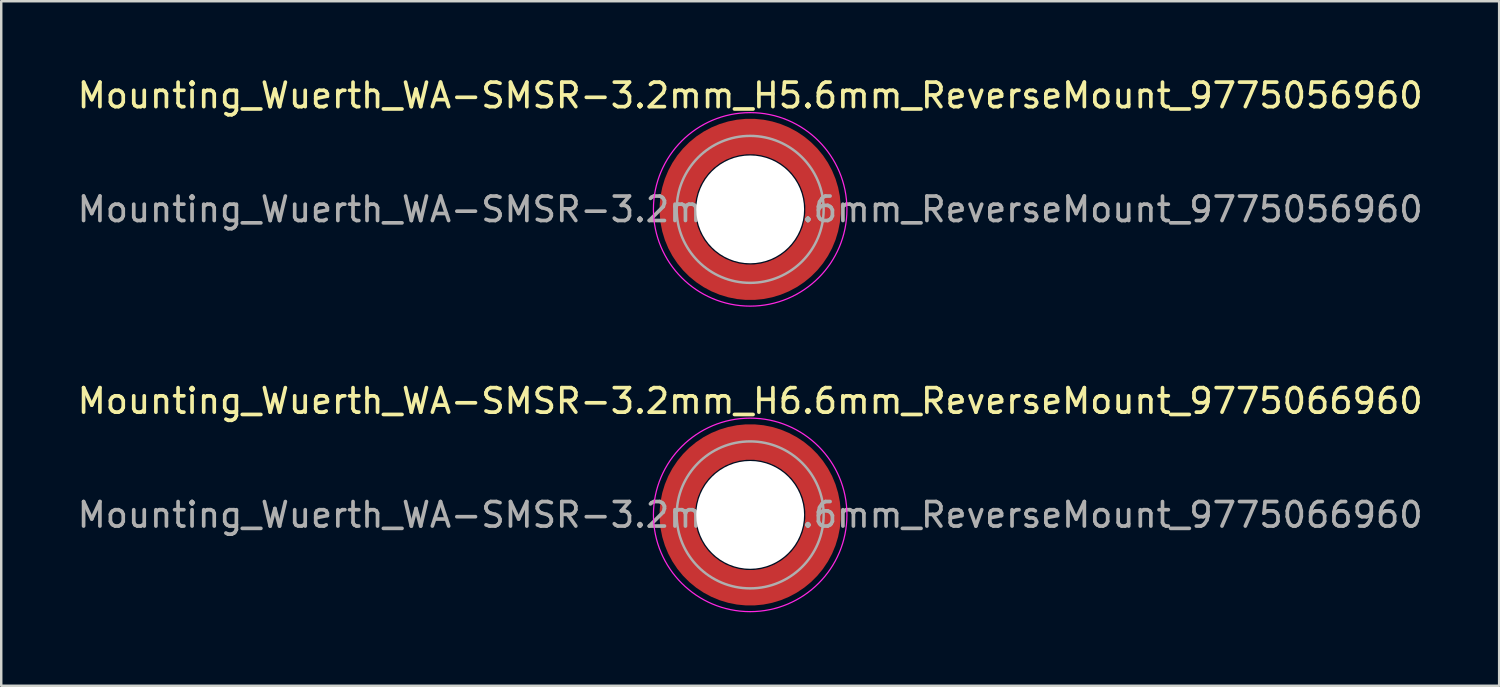
<source format=kicad_pcb>
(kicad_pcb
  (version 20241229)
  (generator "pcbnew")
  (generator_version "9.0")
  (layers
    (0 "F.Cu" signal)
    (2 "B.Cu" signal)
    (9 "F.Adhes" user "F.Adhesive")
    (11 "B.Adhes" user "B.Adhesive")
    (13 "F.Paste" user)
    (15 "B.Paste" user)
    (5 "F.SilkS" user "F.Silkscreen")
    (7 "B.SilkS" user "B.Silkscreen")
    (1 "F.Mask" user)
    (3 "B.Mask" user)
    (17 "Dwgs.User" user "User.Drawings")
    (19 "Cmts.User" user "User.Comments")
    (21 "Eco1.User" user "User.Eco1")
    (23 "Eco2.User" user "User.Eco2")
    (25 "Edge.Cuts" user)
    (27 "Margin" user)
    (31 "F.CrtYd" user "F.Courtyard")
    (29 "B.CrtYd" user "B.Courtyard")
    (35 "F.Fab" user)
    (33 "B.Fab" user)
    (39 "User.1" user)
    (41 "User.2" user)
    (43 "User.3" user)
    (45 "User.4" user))
  (footprint "Mounting_Wuerth_WA-SMSR-3.2mm_H6.6mm_ReverseMount_9775066960"
    (layer "F.Cu")
    (at 27.577 17.971)
    (property "Reference" "Mounting_Wuerth_WA-SMSR-3.2mm_H6.6mm_ReverseMount_9775066960" (at 0 -4.65 0) (layer "F.SilkS") (effects (font (size 1 1) (thickness 0.15))))
    (attr smd)
    (fp_circle (center 0 0) (end 3.95 0) (stroke (width 0.05) (type solid)) (fill no) (layer "F.CrtYd"))
    (fp_circle (center 0 0) (end 3 0) (stroke (width 0.1) (type solid)) (fill no) (layer "F.Fab"))
    (fp_text user "${REFERENCE}" (at 0 0 0) (layer "F.Fab") (effects (font (size 1 1) (thickness 0.15))))
    (pad "" smd custom (at -2.095 -2.095) (size 0.945 0.945) (layers "F.Paste") (options (anchor circle)) (primitives (gr_arc (start -0.24231 1.594804) (mid 0.404819 0.404819) (end 1.594804 -0.24231) (width 0.2)) (gr_arc (start -0.3398 1.594804) (mid 0.337349 0.337349) (end 1.594804 -0.3398) (width 0.2)) (gr_arc (start -0.437132 1.594804) (mid 0.269879 0.269879) (end 1.594804 -0.437132) (width 0.2)) (gr_arc (start -0.534324 1.594804) (mid 0.202409 0.202409) (end 1.594804 -0.534324) (width 0.2)) (gr_arc (start -0.631391 1.594804) (mid 0.134939 0.134939) (end 1.594804 -0.631391) (width 0.2)) (gr_arc (start -0.728345 1.594804) (mid 0.06747 0.06747) (end 1.594804 -0.728345) (width 0.2)) (gr_arc (start -0.825197 1.594804) (mid 0 0) (end 1.594804 -0.825197) (width 0.2)) (gr_arc (start -0.921958 1.594804) (mid -0.067469 -0.067469) (end 1.594804 -0.921958) (width 0.2)) (gr_arc (start -1.018637 1.594804) (mid -0.13494 -0.13494) (end 1.594804 -1.018637) (width 0.2)) (gr_arc (start -1.115239 1.594804) (mid -0.202409 -0.202409) (end 1.594804 -1.115239) (width 0.2)) (gr_arc (start -1.211773 1.594804) (mid -0.269879 -0.269879) (end 1.594804 -1.211773) (width 0.2)) (gr_arc (start -1.308244 1.594804) (mid -0.337349 -0.337349) (end 1.594804 -1.308244) (width 0.2)) (gr_arc (start -1.404657 1.594804) (mid -0.404819 -0.404819) (end 1.594804 -1.404657) (width 0.2)) (gr_arc (start -1.404657 1.594804) (mid -0.404819 -0.404819) (end 1.594804 -1.404657) (width 0.2)) (gr_line (start 1.595 -0.242) (end 1.595 -1.405) (width 0.2)) (gr_line (start -0.242 1.595) (end -1.405 1.595) (width 0.2))))
    (pad "" smd custom (at -2.095 2.095) (size 0.945 0.945) (layers "F.Paste") (options (anchor circle)) (primitives (gr_arc (start 1.594804 0.24231) (mid 0.404819 -0.404819) (end -0.24231 -1.594804) (width 0.2)) (gr_arc (start 1.594804 0.3398) (mid 0.337349 -0.337349) (end -0.3398 -1.594804) (width 0.2)) (gr_arc (start 1.594804 0.437132) (mid 0.269879 -0.269879) (end -0.437132 -1.594804) (width 0.2)) (gr_arc (start 1.594804 0.534324) (mid 0.202409 -0.202409) (end -0.534324 -1.594804) (width 0.2)) (gr_arc (start 1.594804 0.631391) (mid 0.134939 -0.134939) (end -0.631391 -1.594804) (width 0.2)) (gr_arc (start 1.594804 0.728345) (mid 0.06747 -0.06747) (end -0.728345 -1.594804) (width 0.2)) (gr_arc (start 1.594804 0.825197) (mid 0 0) (end -0.825197 -1.594804) (width 0.2)) (gr_arc (start 1.594804 0.921958) (mid -0.067469 0.067469) (end -0.921958 -1.594804) (width 0.2)) (gr_arc (start 1.594804 1.018637) (mid -0.13494 0.13494) (end -1.018637 -1.594804) (width 0.2)) (gr_arc (start 1.594804 1.115239) (mid -0.202409 0.202409) (end -1.115239 -1.594804) (width 0.2)) (gr_arc (start 1.594804 1.211773) (mid -0.269879 0.269879) (end -1.211773 -1.594804) (width 0.2)) (gr_arc (start 1.594804 1.308244) (mid -0.337349 0.337349) (end -1.308244 -1.594804) (width 0.2)) (gr_arc (start 1.594804 1.404657) (mid -0.404819 0.404819) (end -1.404657 -1.594804) (width 0.2)) (gr_arc (start 1.594804 1.404657) (mid -0.404819 0.404819) (end -1.404657 -1.594804) (width 0.2)) (gr_line (start -0.242 -1.595) (end -1.405 -1.595) (width 0.2)) (gr_line (start 1.595 0.242) (end 1.595 1.405) (width 0.2))))
    (pad "" np_thru_hole circle (at 0 0) (size 4.4 4.4) (drill 4.4) (layers "*.Cu" "*.Mask"))
    (pad "" smd custom (at 2.095 -2.095) (size 0.945 0.945) (layers "F.Paste") (options (anchor circle)) (primitives (gr_arc (start -1.594804 -0.24231) (mid -0.404819 0.404819) (end 0.24231 1.594804) (width 0.2)) (gr_arc (start -1.594804 -0.3398) (mid -0.337349 0.337349) (end 0.3398 1.594804) (width 0.2)) (gr_arc (start -1.594804 -0.437132) (mid -0.269879 0.269879) (end 0.437132 1.594804) (width 0.2)) (gr_arc (start -1.594804 -0.534324) (mid -0.202409 0.202409) (end 0.534324 1.594804) (width 0.2)) (gr_arc (start -1.594804 -0.631391) (mid -0.134939 0.134939) (end 0.631391 1.594804) (width 0.2)) (gr_arc (start -1.594804 -0.728345) (mid -0.06747 0.06747) (end 0.728345 1.594804) (width 0.2)) (gr_arc (start -1.594804 -0.825197) (mid 0 0) (end 0.825197 1.594804) (width 0.2)) (gr_arc (start -1.594804 -0.921958) (mid 0.067469 -0.067469) (end 0.921958 1.594804) (width 0.2)) (gr_arc (start -1.594804 -1.018637) (mid 0.13494 -0.13494) (end 1.018637 1.594804) (width 0.2)) (gr_arc (start -1.594804 -1.115239) (mid 0.202409 -0.202409) (end 1.115239 1.594804) (width 0.2)) (gr_arc (start -1.594804 -1.211773) (mid 0.269879 -0.269879) (end 1.211773 1.594804) (width 0.2)) (gr_arc (start -1.594804 -1.308244) (mid 0.337349 -0.337349) (end 1.308244 1.594804) (width 0.2)) (gr_arc (start -1.594804 -1.404657) (mid 0.404819 -0.404819) (end 1.404657 1.594804) (width 0.2)) (gr_arc (start -1.594804 -1.404657) (mid 0.404819 -0.404819) (end 1.404657 1.594804) (width 0.2)) (gr_line (start 0.242 1.595) (end 1.405 1.595) (width 0.2)) (gr_line (start -1.595 -0.242) (end -1.595 -1.405) (width 0.2))))
    (pad "" smd custom (at 2.095 2.095) (size 0.945 0.945) (layers "F.Paste") (options (anchor circle)) (primitives (gr_arc (start 0.24231 -1.594804) (mid -0.404819 -0.404819) (end -1.594804 0.24231) (width 0.2)) (gr_arc (start 0.3398 -1.594804) (mid -0.337349 -0.337349) (end -1.594804 0.3398) (width 0.2)) (gr_arc (start 0.437132 -1.594804) (mid -0.269879 -0.269879) (end -1.594804 0.437132) (width 0.2)) (gr_arc (start 0.534324 -1.594804) (mid -0.202409 -0.202409) (end -1.594804 0.534324) (width 0.2)) (gr_arc (start 0.631391 -1.594804) (mid -0.134939 -0.134939) (end -1.594804 0.631391) (width 0.2)) (gr_arc (start 0.728345 -1.594804) (mid -0.06747 -0.06747) (end -1.594804 0.728345) (width 0.2)) (gr_arc (start 0.825197 -1.594804) (mid 0 0) (end -1.594804 0.825197) (width 0.2)) (gr_arc (start 0.921958 -1.594804) (mid 0.067469 0.067469) (end -1.594804 0.921958) (width 0.2)) (gr_arc (start 1.018637 -1.594804) (mid 0.13494 0.13494) (end -1.594804 1.018637) (width 0.2)) (gr_arc (start 1.115239 -1.594804) (mid 0.202409 0.202409) (end -1.594804 1.115239) (width 0.2)) (gr_arc (start 1.211773 -1.594804) (mid 0.269879 0.269879) (end -1.594804 1.211773) (width 0.2)) (gr_arc (start 1.308244 -1.594804) (mid 0.337349 0.337349) (end -1.594804 1.308244) (width 0.2)) (gr_arc (start 1.404657 -1.594804) (mid 0.404819 0.404819) (end -1.594804 1.404657) (width 0.2)) (gr_arc (start 1.404657 -1.594804) (mid 0.404819 0.404819) (end -1.594804 1.404657) (width 0.2)) (gr_line (start -1.595 0.242) (end -1.595 1.405) (width 0.2)) (gr_line (start 0.242 -1.595) (end 1.405 -1.595) (width 0.2))))
    (pad "1" smd circle (at -2.975 0) (size 1.05 1.05) (layers "F.Cu"))
    (pad "1" smd circle (at 0 -2.975) (size 1.05 1.05) (layers "F.Cu"))
    (pad "1" smd circle (at 0 2.975) (size 1.05 1.05) (layers "F.Cu"))
    (pad "1" smd custom (at 2.975 0) (size 1.05 1.05) (layers "F.Cu" "F.Mask") (options (anchor circle)) (primitives (gr_circle (center -2.975 0) (end 0 0) (width 1.45) (fill no)))))
  (footprint "Mounting_Wuerth_WA-SMSR-3.2mm_H5.6mm_ReverseMount_9775056960"
    (layer "F.Cu")
    (at 27.577 5.498)
    (property "Reference" "Mounting_Wuerth_WA-SMSR-3.2mm_H5.6mm_ReverseMount_9775056960" (at 0 -4.65 0) (layer "F.SilkS") (effects (font (size 1 1) (thickness 0.15))))
    (attr smd)
    (fp_circle (center 0 0) (end 3.95 0) (stroke (width 0.05) (type solid)) (fill no) (layer "F.CrtYd"))
    (fp_circle (center 0 0) (end 3 0) (stroke (width 0.1) (type solid)) (fill no) (layer "F.Fab"))
    (fp_text user "${REFERENCE}" (at 0 0 0) (layer "F.Fab") (effects (font (size 1 1) (thickness 0.15))))
    (pad "" smd custom (at -2.095 -2.095) (size 0.945 0.945) (layers "F.Paste") (options (anchor circle)) (primitives (gr_arc (start -0.24231 1.594804) (mid 0.404819 0.404819) (end 1.594804 -0.24231) (width 0.2)) (gr_arc (start -0.3398 1.594804) (mid 0.337349 0.337349) (end 1.594804 -0.3398) (width 0.2)) (gr_arc (start -0.437132 1.594804) (mid 0.269879 0.269879) (end 1.594804 -0.437132) (width 0.2)) (gr_arc (start -0.534324 1.594804) (mid 0.202409 0.202409) (end 1.594804 -0.534324) (width 0.2)) (gr_arc (start -0.631391 1.594804) (mid 0.134939 0.134939) (end 1.594804 -0.631391) (width 0.2)) (gr_arc (start -0.728345 1.594804) (mid 0.06747 0.06747) (end 1.594804 -0.728345) (width 0.2)) (gr_arc (start -0.825197 1.594804) (mid 0 0) (end 1.594804 -0.825197) (width 0.2)) (gr_arc (start -0.921958 1.594804) (mid -0.067469 -0.067469) (end 1.594804 -0.921958) (width 0.2)) (gr_arc (start -1.018637 1.594804) (mid -0.13494 -0.13494) (end 1.594804 -1.018637) (width 0.2)) (gr_arc (start -1.115239 1.594804) (mid -0.202409 -0.202409) (end 1.594804 -1.115239) (width 0.2)) (gr_arc (start -1.211773 1.594804) (mid -0.269879 -0.269879) (end 1.594804 -1.211773) (width 0.2)) (gr_arc (start -1.308244 1.594804) (mid -0.337349 -0.337349) (end 1.594804 -1.308244) (width 0.2)) (gr_arc (start -1.404657 1.594804) (mid -0.404819 -0.404819) (end 1.594804 -1.404657) (width 0.2)) (gr_arc (start -1.404657 1.594804) (mid -0.404819 -0.404819) (end 1.594804 -1.404657) (width 0.2)) (gr_line (start 1.595 -0.242) (end 1.595 -1.405) (width 0.2)) (gr_line (start -0.242 1.595) (end -1.405 1.595) (width 0.2))))
    (pad "" smd custom (at -2.095 2.095) (size 0.945 0.945) (layers "F.Paste") (options (anchor circle)) (primitives (gr_arc (start 1.594804 0.24231) (mid 0.404819 -0.404819) (end -0.24231 -1.594804) (width 0.2)) (gr_arc (start 1.594804 0.3398) (mid 0.337349 -0.337349) (end -0.3398 -1.594804) (width 0.2)) (gr_arc (start 1.594804 0.437132) (mid 0.269879 -0.269879) (end -0.437132 -1.594804) (width 0.2)) (gr_arc (start 1.594804 0.534324) (mid 0.202409 -0.202409) (end -0.534324 -1.594804) (width 0.2)) (gr_arc (start 1.594804 0.631391) (mid 0.134939 -0.134939) (end -0.631391 -1.594804) (width 0.2)) (gr_arc (start 1.594804 0.728345) (mid 0.06747 -0.06747) (end -0.728345 -1.594804) (width 0.2)) (gr_arc (start 1.594804 0.825197) (mid 0 0) (end -0.825197 -1.594804) (width 0.2)) (gr_arc (start 1.594804 0.921958) (mid -0.067469 0.067469) (end -0.921958 -1.594804) (width 0.2)) (gr_arc (start 1.594804 1.018637) (mid -0.13494 0.13494) (end -1.018637 -1.594804) (width 0.2)) (gr_arc (start 1.594804 1.115239) (mid -0.202409 0.202409) (end -1.115239 -1.594804) (width 0.2)) (gr_arc (start 1.594804 1.211773) (mid -0.269879 0.269879) (end -1.211773 -1.594804) (width 0.2)) (gr_arc (start 1.594804 1.308244) (mid -0.337349 0.337349) (end -1.308244 -1.594804) (width 0.2)) (gr_arc (start 1.594804 1.404657) (mid -0.404819 0.404819) (end -1.404657 -1.594804) (width 0.2)) (gr_arc (start 1.594804 1.404657) (mid -0.404819 0.404819) (end -1.404657 -1.594804) (width 0.2)) (gr_line (start -0.242 -1.595) (end -1.405 -1.595) (width 0.2)) (gr_line (start 1.595 0.242) (end 1.595 1.405) (width 0.2))))
    (pad "" np_thru_hole circle (at 0 0) (size 4.4 4.4) (drill 4.4) (layers "*.Cu" "*.Mask"))
    (pad "" smd custom (at 2.095 -2.095) (size 0.945 0.945) (layers "F.Paste") (options (anchor circle)) (primitives (gr_arc (start -1.594804 -0.24231) (mid -0.404819 0.404819) (end 0.24231 1.594804) (width 0.2)) (gr_arc (start -1.594804 -0.3398) (mid -0.337349 0.337349) (end 0.3398 1.594804) (width 0.2)) (gr_arc (start -1.594804 -0.437132) (mid -0.269879 0.269879) (end 0.437132 1.594804) (width 0.2)) (gr_arc (start -1.594804 -0.534324) (mid -0.202409 0.202409) (end 0.534324 1.594804) (width 0.2)) (gr_arc (start -1.594804 -0.631391) (mid -0.134939 0.134939) (end 0.631391 1.594804) (width 0.2)) (gr_arc (start -1.594804 -0.728345) (mid -0.06747 0.06747) (end 0.728345 1.594804) (width 0.2)) (gr_arc (start -1.594804 -0.825197) (mid 0 0) (end 0.825197 1.594804) (width 0.2)) (gr_arc (start -1.594804 -0.921958) (mid 0.067469 -0.067469) (end 0.921958 1.594804) (width 0.2)) (gr_arc (start -1.594804 -1.018637) (mid 0.13494 -0.13494) (end 1.018637 1.594804) (width 0.2)) (gr_arc (start -1.594804 -1.115239) (mid 0.202409 -0.202409) (end 1.115239 1.594804) (width 0.2)) (gr_arc (start -1.594804 -1.211773) (mid 0.269879 -0.269879) (end 1.211773 1.594804) (width 0.2)) (gr_arc (start -1.594804 -1.308244) (mid 0.337349 -0.337349) (end 1.308244 1.594804) (width 0.2)) (gr_arc (start -1.594804 -1.404657) (mid 0.404819 -0.404819) (end 1.404657 1.594804) (width 0.2)) (gr_arc (start -1.594804 -1.404657) (mid 0.404819 -0.404819) (end 1.404657 1.594804) (width 0.2)) (gr_line (start 0.242 1.595) (end 1.405 1.595) (width 0.2)) (gr_line (start -1.595 -0.242) (end -1.595 -1.405) (width 0.2))))
    (pad "" smd custom (at 2.095 2.095) (size 0.945 0.945) (layers "F.Paste") (options (anchor circle)) (primitives (gr_arc (start 0.24231 -1.594804) (mid -0.404819 -0.404819) (end -1.594804 0.24231) (width 0.2)) (gr_arc (start 0.3398 -1.594804) (mid -0.337349 -0.337349) (end -1.594804 0.3398) (width 0.2)) (gr_arc (start 0.437132 -1.594804) (mid -0.269879 -0.269879) (end -1.594804 0.437132) (width 0.2)) (gr_arc (start 0.534324 -1.594804) (mid -0.202409 -0.202409) (end -1.594804 0.534324) (width 0.2)) (gr_arc (start 0.631391 -1.594804) (mid -0.134939 -0.134939) (end -1.594804 0.631391) (width 0.2)) (gr_arc (start 0.728345 -1.594804) (mid -0.06747 -0.06747) (end -1.594804 0.728345) (width 0.2)) (gr_arc (start 0.825197 -1.594804) (mid 0 0) (end -1.594804 0.825197) (width 0.2)) (gr_arc (start 0.921958 -1.594804) (mid 0.067469 0.067469) (end -1.594804 0.921958) (width 0.2)) (gr_arc (start 1.018637 -1.594804) (mid 0.13494 0.13494) (end -1.594804 1.018637) (width 0.2)) (gr_arc (start 1.115239 -1.594804) (mid 0.202409 0.202409) (end -1.594804 1.115239) (width 0.2)) (gr_arc (start 1.211773 -1.594804) (mid 0.269879 0.269879) (end -1.594804 1.211773) (width 0.2)) (gr_arc (start 1.308244 -1.594804) (mid 0.337349 0.337349) (end -1.594804 1.308244) (width 0.2)) (gr_arc (start 1.404657 -1.594804) (mid 0.404819 0.404819) (end -1.594804 1.404657) (width 0.2)) (gr_arc (start 1.404657 -1.594804) (mid 0.404819 0.404819) (end -1.594804 1.404657) (width 0.2)) (gr_line (start -1.595 0.242) (end -1.595 1.405) (width 0.2)) (gr_line (start 0.242 -1.595) (end 1.405 -1.595) (width 0.2))))
    (pad "1" smd circle (at -2.975 0) (size 1.05 1.05) (layers "F.Cu"))
    (pad "1" smd circle (at 0 -2.975) (size 1.05 1.05) (layers "F.Cu"))
    (pad "1" smd circle (at 0 2.975) (size 1.05 1.05) (layers "F.Cu"))
    (pad "1" smd custom (at 2.975 0) (size 1.05 1.05) (layers "F.Cu" "F.Mask") (options (anchor circle)) (primitives (gr_circle (center -2.975 0) (end 0 0) (width 1.45) (fill no)))))
  (gr_rect
    (start -3 -3)
    (end 58.155 24.947)
    (stroke (width 0.1) (type default))
    (fill no)
    (layer "Edge.Cuts")))
</source>
